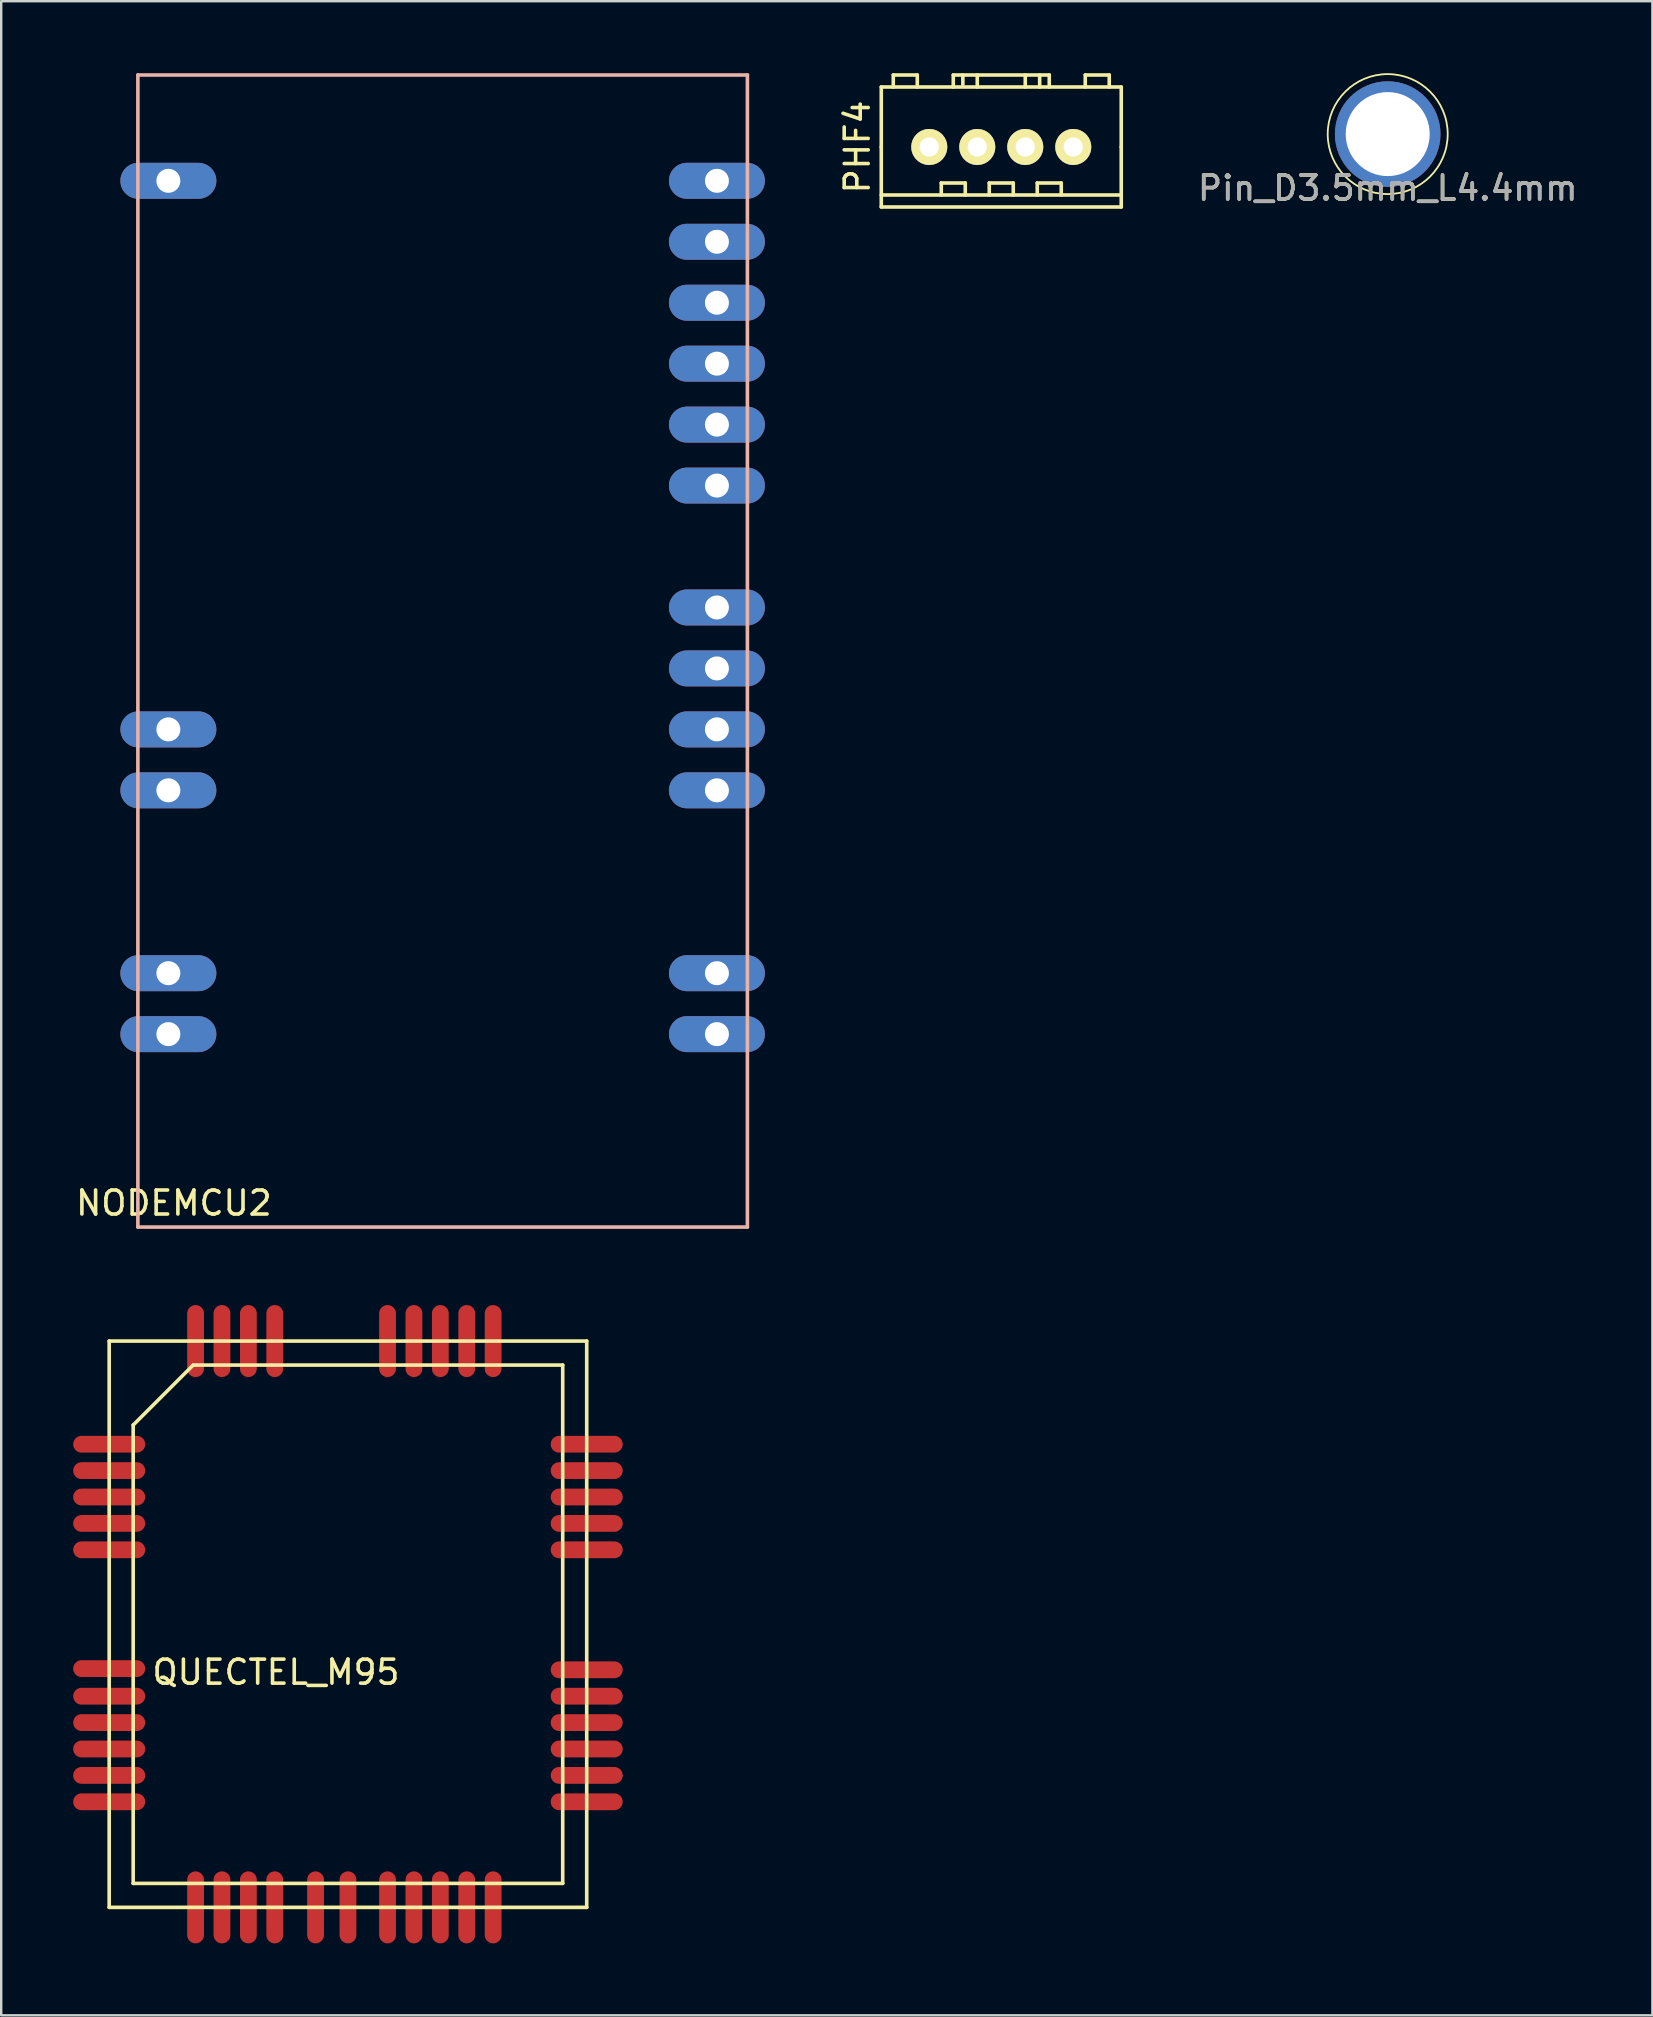
<source format=kicad_pcb>
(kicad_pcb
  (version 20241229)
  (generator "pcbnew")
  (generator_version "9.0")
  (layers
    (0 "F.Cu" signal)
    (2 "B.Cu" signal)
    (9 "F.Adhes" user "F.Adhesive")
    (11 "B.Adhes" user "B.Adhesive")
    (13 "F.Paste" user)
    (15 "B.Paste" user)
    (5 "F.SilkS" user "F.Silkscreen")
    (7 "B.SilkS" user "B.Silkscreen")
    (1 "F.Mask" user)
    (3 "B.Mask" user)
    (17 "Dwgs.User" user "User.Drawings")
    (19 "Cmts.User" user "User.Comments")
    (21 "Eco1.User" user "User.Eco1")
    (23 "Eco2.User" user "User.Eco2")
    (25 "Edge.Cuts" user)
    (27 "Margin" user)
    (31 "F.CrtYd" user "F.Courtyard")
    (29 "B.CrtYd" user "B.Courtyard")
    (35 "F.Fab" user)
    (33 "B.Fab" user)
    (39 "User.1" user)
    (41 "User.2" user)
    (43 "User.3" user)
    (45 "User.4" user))
  (footprint "NODEMCU2"
    (layer "F.Cu")
    (at 2.696 48.085)
    (property "Reference" "NODEMCU2" (at 1.5 -1 0) (layer "F.SilkS") (effects (font (size 1 1) (thickness 0.15))))
    (attr through_hole)
    (fp_line (start 0 -48.01) (end 25.4 -48.01) (stroke (width 0.15) (type solid)) (layer "B.SilkS"))
    (fp_line (start 0 0) (end 0 -48.01) (stroke (width 0.15) (type solid)) (layer "B.SilkS"))
    (fp_line (start 0 0) (end 25.4 0) (stroke (width 0.15) (type solid)) (layer "B.SilkS"))
    (fp_line (start 25.4 0) (end 25.4 -48.01) (stroke (width 0.15) (type solid)) (layer "B.SilkS"))
    (pad "3V3" thru_hole oval (at 1.27 -18.2) (size 4 1.5) (drill 1) (layers "*.Cu" "*.Mask"))
    (pad "3V3" thru_hole oval (at 24.13 -30.9) (size 4 1.5) (drill 1) (layers "*.Cu" "*.Mask"))
    (pad "3V3" thru_hole oval (at 24.13 -8.04) (size 4 1.5) (drill 1) (layers "*.Cu" "*.Mask"))
    (pad "A0" thru_hole oval (at 1.27 -43.6) (size 4 1.5) (drill 1) (layers "*.Cu" "*.Mask"))
    (pad "D0" thru_hole oval (at 24.13 -43.6) (size 4 1.5) (drill 1) (layers "*.Cu" "*.Mask"))
    (pad "D1" thru_hole oval (at 24.13 -41.06) (size 4 1.5) (drill 1) (layers "*.Cu" "*.Mask"))
    (pad "D2" thru_hole oval (at 24.13 -38.52) (size 4 1.5) (drill 1) (layers "*.Cu" "*.Mask"))
    (pad "D3" thru_hole oval (at 24.13 -35.98) (size 4 1.5) (drill 1) (layers "*.Cu" "*.Mask"))
    (pad "D4" thru_hole oval (at 24.13 -33.44) (size 4 1.5) (drill 1) (layers "*.Cu" "*.Mask"))
    (pad "D5" thru_hole oval (at 24.13 -25.82) (size 4 1.5) (drill 1) (layers "*.Cu" "*.Mask"))
    (pad "D6" thru_hole oval (at 24.13 -23.28) (size 4 1.5) (drill 1) (layers "*.Cu" "*.Mask"))
    (pad "D7" thru_hole oval (at 24.13 -20.74) (size 4 1.5) (drill 1) (layers "*.Cu" "*.Mask"))
    (pad "D8" thru_hole oval (at 24.13 -18.2) (size 4 1.5) (drill 1) (layers "*.Cu" "*.Mask"))
    (pad "GND" thru_hole oval (at 1.27 -20.74) (size 4 1.5) (drill 1) (layers "*.Cu" "*.Mask"))
    (pad "GND" thru_hole oval (at 1.27 -10.58) (size 4 1.5) (drill 1) (layers "*.Cu" "*.Mask"))
    (pad "GND" thru_hole oval (at 24.13 -10.58) (size 4 1.5) (drill 1) (layers "*.Cu" "*.Mask"))
    (pad "VIN" thru_hole oval (at 1.27 -8.04) (size 4 1.5) (drill 1) (layers "*.Cu" "*.Mask")))
  (footprint "QUECTEL_M95"
    (layer "F.Cu")
    (at 11.45 64.635)
    (property "Reference" "QUECTEL_M95" (at -3 2 0) (layer "F.SilkS") (effects (font (size 1 1) (thickness 0.15))))
    (attr through_hole)
    (fp_line (start -9.95 -11.8) (end -9.95 11.8) (stroke (width 0.15) (type solid)) (layer "F.SilkS"))
    (fp_line (start -9.95 11.8) (end 9.95 11.8) (stroke (width 0.15) (type solid)) (layer "F.SilkS"))
    (fp_line (start -8.95 10.8) (end -8.95 -8.3) (stroke (width 0.15) (type solid)) (layer "F.SilkS"))
    (fp_line (start -8.95 10.8) (end 8.95 10.8) (stroke (width 0.15) (type solid)) (layer "F.SilkS"))
    (fp_line (start -6.45 -10.8) (end -8.95 -8.3) (stroke (width 0.15) (type solid)) (layer "F.SilkS"))
    (fp_line (start -6.45 -10.8) (end 8.95 -10.8) (stroke (width 0.15) (type solid)) (layer "F.SilkS"))
    (fp_line (start 8.95 10.8) (end 8.95 -10.8) (stroke (width 0.15) (type solid)) (layer "F.SilkS"))
    (fp_line (start 9.95 -11.8) (end -9.95 -11.8) (stroke (width 0.15) (type solid)) (layer "F.SilkS"))
    (fp_line (start 9.95 11.8) (end 9.95 -11.8) (stroke (width 0.15) (type solid)) (layer "F.SilkS"))
    (pad "AG" smd oval (at -9.95 -7.5) (size 3 0.7) (layers "F.Cu" "F.Mask" "F.Paste"))
    (pad "CTS" smd oval (at 9.95 5.2) (size 3 0.7) (layers "F.Cu" "F.Mask" "F.Paste"))
    (pad "DBI" smd oval (at -4.15 11.8) (size 0.7 3) (layers "F.Cu" "F.Mask" "F.Paste"))
    (pad "DBO" smd oval (at -3.05 11.8) (size 0.7 3) (layers "F.Cu" "F.Mask" "F.Paste"))
    (pad "DCD" smd oval (at 9.95 3) (size 3 0.7) (layers "F.Cu" "F.Mask" "F.Paste"))
    (pad "DTR" smd oval (at 6.05 11.8) (size 0.7 3) (layers "F.Cu" "F.Mask" "F.Paste"))
    (pad "EF" smd oval (at -9.95 7.4) (size 3 0.7) (layers "F.Cu" "F.Mask" "F.Paste"))
    (pad "G" smd oval (at -6.35 -11.8) (size 0.7 3) (layers "F.Cu" "F.Mask" "F.Paste"))
    (pad "G" smd oval (at -4.15 -11.8) (size 0.7 3) (layers "F.Cu" "F.Mask" "F.Paste"))
    (pad "G" smd oval (at -3.05 -11.8) (size 0.7 3) (layers "F.Cu" "F.Mask" "F.Paste"))
    (pad "G" smd oval (at 1.65 -11.8) (size 0.7 3) (layers "F.Cu" "F.Mask" "F.Paste"))
    (pad "G" smd oval (at 2.75 -11.8) (size 0.7 3) (layers "F.Cu" "F.Mask" "F.Paste"))
    (pad "LSN" smd oval (at -9.95 4.1) (size 3 0.7) (layers "F.Cu" "F.Mask" "F.Paste"))
    (pad "LSP" smd oval (at -9.95 5.2) (size 3 0.7) (layers "F.Cu" "F.Mask" "F.Paste"))
    (pad "M1N" smd oval (at -9.95 -3.1) (size 3 0.7) (layers "F.Cu" "F.Mask" "F.Paste"))
    (pad "M1P" smd oval (at -9.95 -4.2) (size 3 0.7) (layers "F.Cu" "F.Mask" "F.Paste"))
    (pad "M2N" smd oval (at -9.95 -5.3) (size 3 0.7) (layers "F.Cu" "F.Mask" "F.Paste"))
    (pad "M2P" smd oval (at -9.95 -6.4) (size 3 0.7) (layers "F.Cu" "F.Mask" "F.Paste"))
    (pad "NL" smd oval (at -5.25 11.8) (size 0.7 3) (layers "F.Cu" "F.Mask" "F.Paste"))
    (pad "PI" smd oval (at 0 11.8) (size 0.7 3) (layers "F.Cu" "F.Mask" "F.Paste"))
    (pad "PK" smd oval (at -9.95 6.3) (size 3 0.7) (layers "F.Cu" "F.Mask" "F.Paste"))
    (pad "PO" smd oval (at -1.35 11.8) (size 0.7 3) (layers "F.Cu" "F.Mask" "F.Paste"))
    (pad "RF" smd oval (at -5.25 -11.8) (size 0.7 3) (layers "F.Cu" "F.Mask" "F.Paste"))
    (pad "RI" smd oval (at 9.95 1.9) (size 3 0.7) (layers "F.Cu" "F.Mask" "F.Paste"))
    (pad "RST" smd oval (at 9.95 4.1) (size 3 0.7) (layers "F.Cu" "F.Mask" "F.Paste"))
    (pad "RXD" smd oval (at 9.95 7.4) (size 3 0.7) (layers "F.Cu" "F.Mask" "F.Paste"))
    (pad "S1C" smd oval (at 9.95 -6.4) (size 3 0.7) (layers "F.Cu" "F.Mask" "F.Paste"))
    (pad "S1D" smd oval (at 9.95 -5.3) (size 3 0.7) (layers "F.Cu" "F.Mask" "F.Paste"))
    (pad "S1N" smd oval (at -9.95 1.85) (size 3 0.7) (layers "F.Cu" "F.Mask" "F.Paste"))
    (pad "S1P" smd oval (at -9.95 3) (size 3 0.7) (layers "F.Cu" "F.Mask" "F.Paste"))
    (pad "S1R" smd oval (at 9.95 -4.2) (size 3 0.7) (layers "F.Cu" "F.Mask" "F.Paste"))
    (pad "S1V" smd oval (at 9.95 -3.1) (size 3 0.7) (layers "F.Cu" "F.Mask" "F.Paste"))
    (pad "S2C" smd oval (at 2.75 11.8) (size 0.7 3) (layers "F.Cu" "F.Mask" "F.Paste"))
    (pad "S2D" smd oval (at 1.65 11.8) (size 0.7 3) (layers "F.Cu" "F.Mask" "F.Paste"))
    (pad "S2V" smd oval (at 3.85 11.8) (size 0.7 3) (layers "F.Cu" "F.Mask" "F.Paste"))
    (pad "SG" smd oval (at 9.95 -7.5) (size 3 0.7) (layers "F.Cu" "F.Mask" "F.Paste"))
    (pad "ST" smd oval (at -6.35 11.8) (size 0.7 3) (layers "F.Cu" "F.Mask" "F.Paste"))
    (pad "TXD" smd oval (at 9.95 6.3) (size 3 0.7) (layers "F.Cu" "F.Mask" "F.Paste"))
    (pad "VB" smd oval (at 3.85 -11.8) (size 0.7 3) (layers "F.Cu" "F.Mask" "F.Paste"))
    (pad "VB" smd oval (at 4.95 -11.8) (size 0.7 3) (layers "F.Cu" "F.Mask" "F.Paste"))
    (pad "VD" smd oval (at 4.95 11.8) (size 0.7 3) (layers "F.Cu" "F.Mask" "F.Paste"))
    (pad "VR" smd oval (at 6.05 -11.8) (size 0.7 3) (layers "F.Cu" "F.Mask" "F.Paste")))
  (footprint "Pin_D3.5mm_L4.4mm"
    (layer "F.Cu")
    (at 54.779 2.538)
    (property "Reference" "Pin_D3.5mm_L4.4mm" (at 0 2.25 0) (layer "F.SilkS") (effects (font (size 1 1) (thickness 0.15))))
    (attr through_hole)
    (fp_circle (center 0 0) (end 2.5 0) (stroke (width 0.075) (type solid)) (fill no) (layer "F.SilkS"))
    (fp_circle (center 0 0) (end 1.5 0) (stroke (width 0.05) (type solid)) (fill no) (layer "F.CrtYd"))
    (fp_text user "${REFERENCE}" (at 0 2.25 0) (layer "F.Fab") (effects (font (size 1 1) (thickness 0.15))))
    (pad "1" thru_hole circle (at 0 0) (size 4.4 4.4) (drill 3.5) (layers "*.Cu" "*.Mask")))
  (footprint "PHF4"
    (layer "F.Cu")
    (at 38.675 3.075)
    (property "Reference" "PHF4" (at -6 0 90) (layer "F.SilkS") (effects (font (size 1 1) (thickness 0.15))))
    (attr through_hole)
    (fp_line (start -5 -2.5) (end 5 -2.5) (stroke (width 0.15) (type solid)) (layer "F.SilkS"))
    (fp_line (start -5 0) (end -5 -2.5) (stroke (width 0.15) (type solid)) (layer "F.SilkS"))
    (fp_line (start -5 0) (end -5 2.5) (stroke (width 0.15) (type solid)) (layer "F.SilkS"))
    (fp_line (start -5 2) (end 5 2) (stroke (width 0.15) (type solid)) (layer "F.SilkS"))
    (fp_line (start -4.5 -3) (end -3.5 -3) (stroke (width 0.15) (type solid)) (layer "F.SilkS"))
    (fp_line (start -4.5 -2.5) (end -4.5 -3) (stroke (width 0.15) (type solid)) (layer "F.SilkS"))
    (fp_line (start -3.5 -3) (end -3.5 -2.5) (stroke (width 0.15) (type solid)) (layer "F.SilkS"))
    (fp_line (start -2.5 1.5) (end -1.5 1.5) (stroke (width 0.15) (type solid)) (layer "F.SilkS"))
    (fp_line (start -2.5 2) (end -2.5 1.5) (stroke (width 0.15) (type solid)) (layer "F.SilkS"))
    (fp_line (start -2 -3) (end 2 -3) (stroke (width 0.15) (type solid)) (layer "F.SilkS"))
    (fp_line (start -2 -2.5) (end -2 -3) (stroke (width 0.15) (type solid)) (layer "F.SilkS"))
    (fp_line (start -1.6 -2.6) (end -1.6 -3) (stroke (width 0.15) (type solid)) (layer "F.SilkS"))
    (fp_line (start -1.5 1.5) (end -1.5 2) (stroke (width 0.15) (type solid)) (layer "F.SilkS"))
    (fp_line (start -1 -3) (end -1 -2.5) (stroke (width 0.15) (type solid)) (layer "F.SilkS"))
    (fp_line (start -0.5 1.5) (end 0.5 1.5) (stroke (width 0.15) (type solid)) (layer "F.SilkS"))
    (fp_line (start -0.5 2) (end -0.5 1.5) (stroke (width 0.15) (type solid)) (layer "F.SilkS"))
    (fp_line (start 0.5 1.5) (end 0.5 2) (stroke (width 0.15) (type solid)) (layer "F.SilkS"))
    (fp_line (start 1 -3) (end 1 -2.5) (stroke (width 0.15) (type solid)) (layer "F.SilkS"))
    (fp_line (start 1.5 1.5) (end 2.5 1.5) (stroke (width 0.15) (type solid)) (layer "F.SilkS"))
    (fp_line (start 1.5 2) (end 1.5 1.5) (stroke (width 0.15) (type solid)) (layer "F.SilkS"))
    (fp_line (start 1.6 -3) (end 1.6 -2.5) (stroke (width 0.15) (type solid)) (layer "F.SilkS"))
    (fp_line (start 2 -3) (end 2 -2.5) (stroke (width 0.15) (type solid)) (layer "F.SilkS"))
    (fp_line (start 2.5 1.5) (end 2.5 2) (stroke (width 0.15) (type solid)) (layer "F.SilkS"))
    (fp_line (start 3.5 -3) (end 3.5 -2.5) (stroke (width 0.15) (type solid)) (layer "F.SilkS"))
    (fp_line (start 4.5 -3) (end 3.5 -3) (stroke (width 0.15) (type solid)) (layer "F.SilkS"))
    (fp_line (start 4.5 -2.5) (end 4.5 -3) (stroke (width 0.15) (type solid)) (layer "F.SilkS"))
    (fp_line (start 5 0) (end 5 -2.5) (stroke (width 0.15) (type solid)) (layer "F.SilkS"))
    (fp_line (start 5 0) (end 5 2.5) (stroke (width 0.15) (type solid)) (layer "F.SilkS"))
    (fp_line (start 5 2.5) (end -5 2.5) (stroke (width 0.15) (type solid)) (layer "F.SilkS"))
    (pad "1" thru_hole circle (at -3 0) (size 1.5 1.5) (drill 0.8) (layers "*.Cu" "*.Mask" "F.SilkS"))
    (pad "2" thru_hole circle (at -1 0) (size 1.5 1.5) (drill 0.8) (layers "*.Cu" "*.Mask" "F.SilkS"))
    (pad "3" thru_hole circle (at 1 0) (size 1.5 1.5) (drill 0.8) (layers "*.Cu" "*.Mask" "F.SilkS"))
    (pad "4" thru_hole circle (at 3 0) (size 1.5 1.5) (drill 0.8) (layers "*.Cu" "*.Mask" "F.SilkS")))
  (gr_rect
    (start -3 -3)
    (end 65.809 80.935)
    (stroke (width 0.1) (type default))
    (fill no)
    (layer "Edge.Cuts")))
</source>
